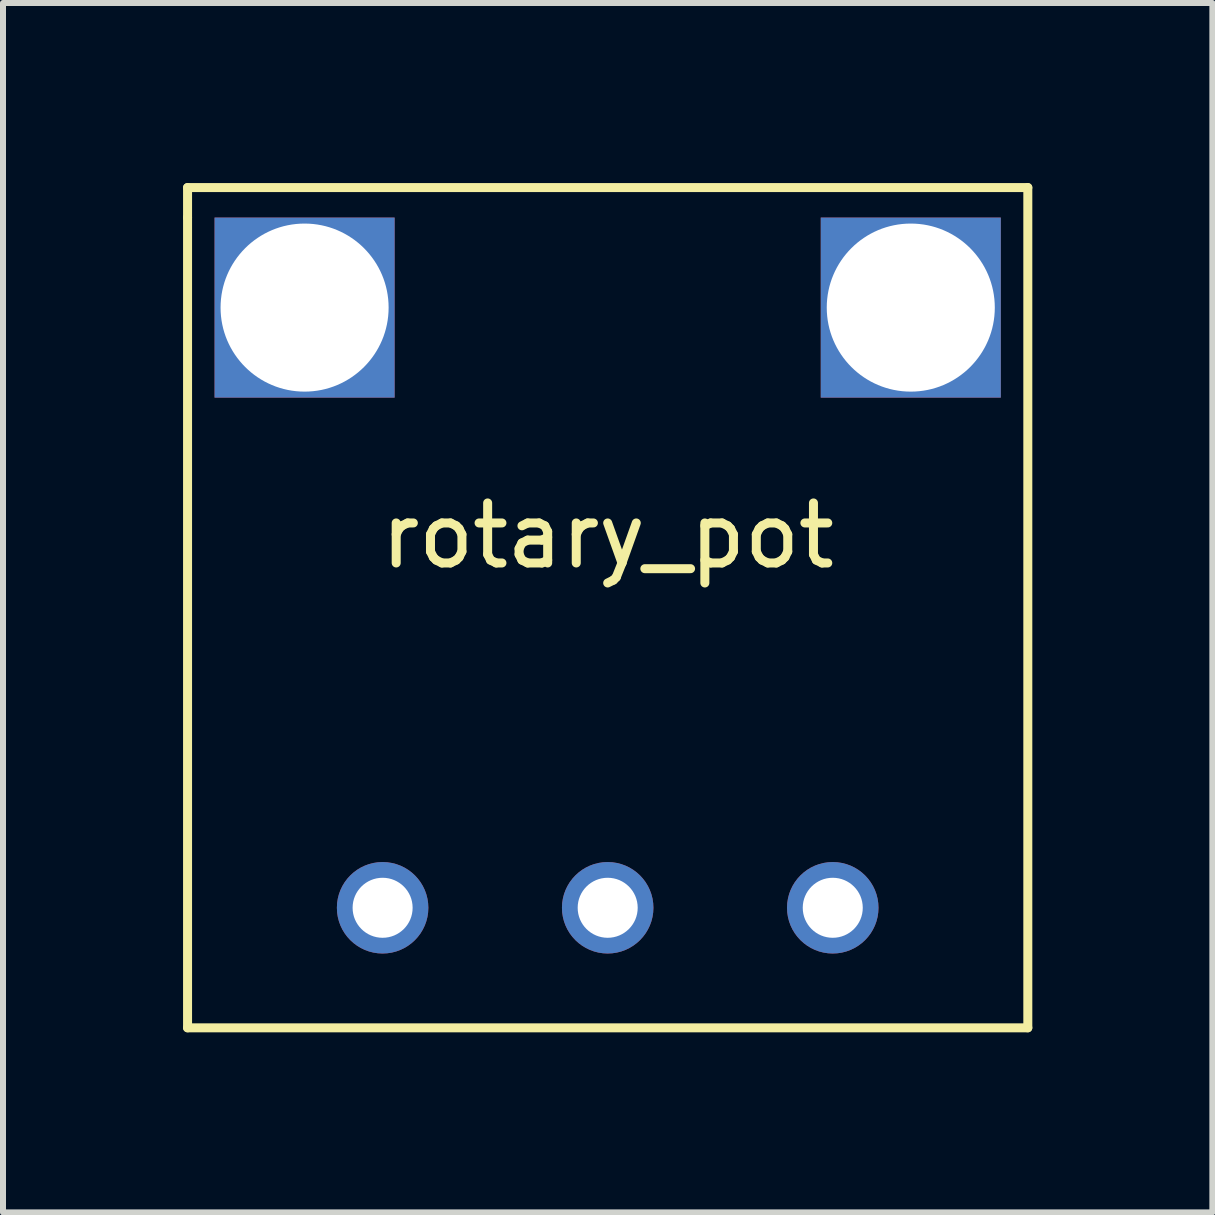
<source format=kicad_pcb>
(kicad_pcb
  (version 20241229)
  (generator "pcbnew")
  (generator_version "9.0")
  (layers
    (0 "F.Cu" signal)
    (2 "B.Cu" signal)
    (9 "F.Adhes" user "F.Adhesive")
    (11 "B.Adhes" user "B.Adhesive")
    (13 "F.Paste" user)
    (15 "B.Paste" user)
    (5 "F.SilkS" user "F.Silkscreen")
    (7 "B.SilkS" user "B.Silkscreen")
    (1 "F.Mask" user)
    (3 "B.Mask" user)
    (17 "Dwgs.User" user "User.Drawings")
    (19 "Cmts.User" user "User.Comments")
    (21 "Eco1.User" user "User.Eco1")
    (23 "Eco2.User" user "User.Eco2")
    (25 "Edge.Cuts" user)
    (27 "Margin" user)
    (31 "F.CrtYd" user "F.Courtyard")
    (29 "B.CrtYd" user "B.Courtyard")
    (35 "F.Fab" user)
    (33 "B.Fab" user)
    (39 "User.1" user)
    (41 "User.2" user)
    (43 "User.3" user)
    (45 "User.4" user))
  (footprint "rotary_pot"
    (layer "F.Cu")
    (at 7.075 12.075)
    (property "Reference" "rotary_pot" (at 0 -6.2 0) (layer "F.SilkS") (effects (font (size 1 1) (thickness 0.15))))
    (attr through_hole)
    (fp_line (start -7 -12) (end -7 -11.5) (stroke (width 0.15) (type solid)) (layer "F.SilkS"))
    (fp_line (start -7 -11.5) (end -7 2) (stroke (width 0.15) (type solid)) (layer "F.SilkS"))
    (fp_line (start 7 -12) (end -7 -12) (stroke (width 0.15) (type solid)) (layer "F.SilkS"))
    (fp_line (start 7 2) (end -7 2) (stroke (width 0.15) (type solid)) (layer "F.SilkS"))
    (fp_line (start 7 2) (end 7 -12) (stroke (width 0.15) (type solid)) (layer "F.SilkS"))
    (pad "" np_thru_hole rect (at -5.05 -10) (size 3 3) (drill oval 2.8) (layers "*.Cu" "*.Mask"))
    (pad "" np_thru_hole rect (at 5.05 -10) (size 3 3) (drill oval 2.8) (layers "*.Cu" "*.Mask"))
    (pad "1" thru_hole circle (at -3.75 0) (size 1.524 1.524) (drill 1) (layers "*.Cu" "*.Mask"))
    (pad "2" thru_hole circle (at 0 0) (size 1.524 1.524) (drill 1) (layers "*.Cu" "*.Mask"))
    (pad "3" thru_hole circle (at 3.75 0) (size 1.524 1.524) (drill 1) (layers "*.Cu" "*.Mask")))
  (gr_rect
    (start -3 -3)
    (end 17.15 17.15)
    (stroke (width 0.1) (type default))
    (fill no)
    (layer "Edge.Cuts")))
</source>
